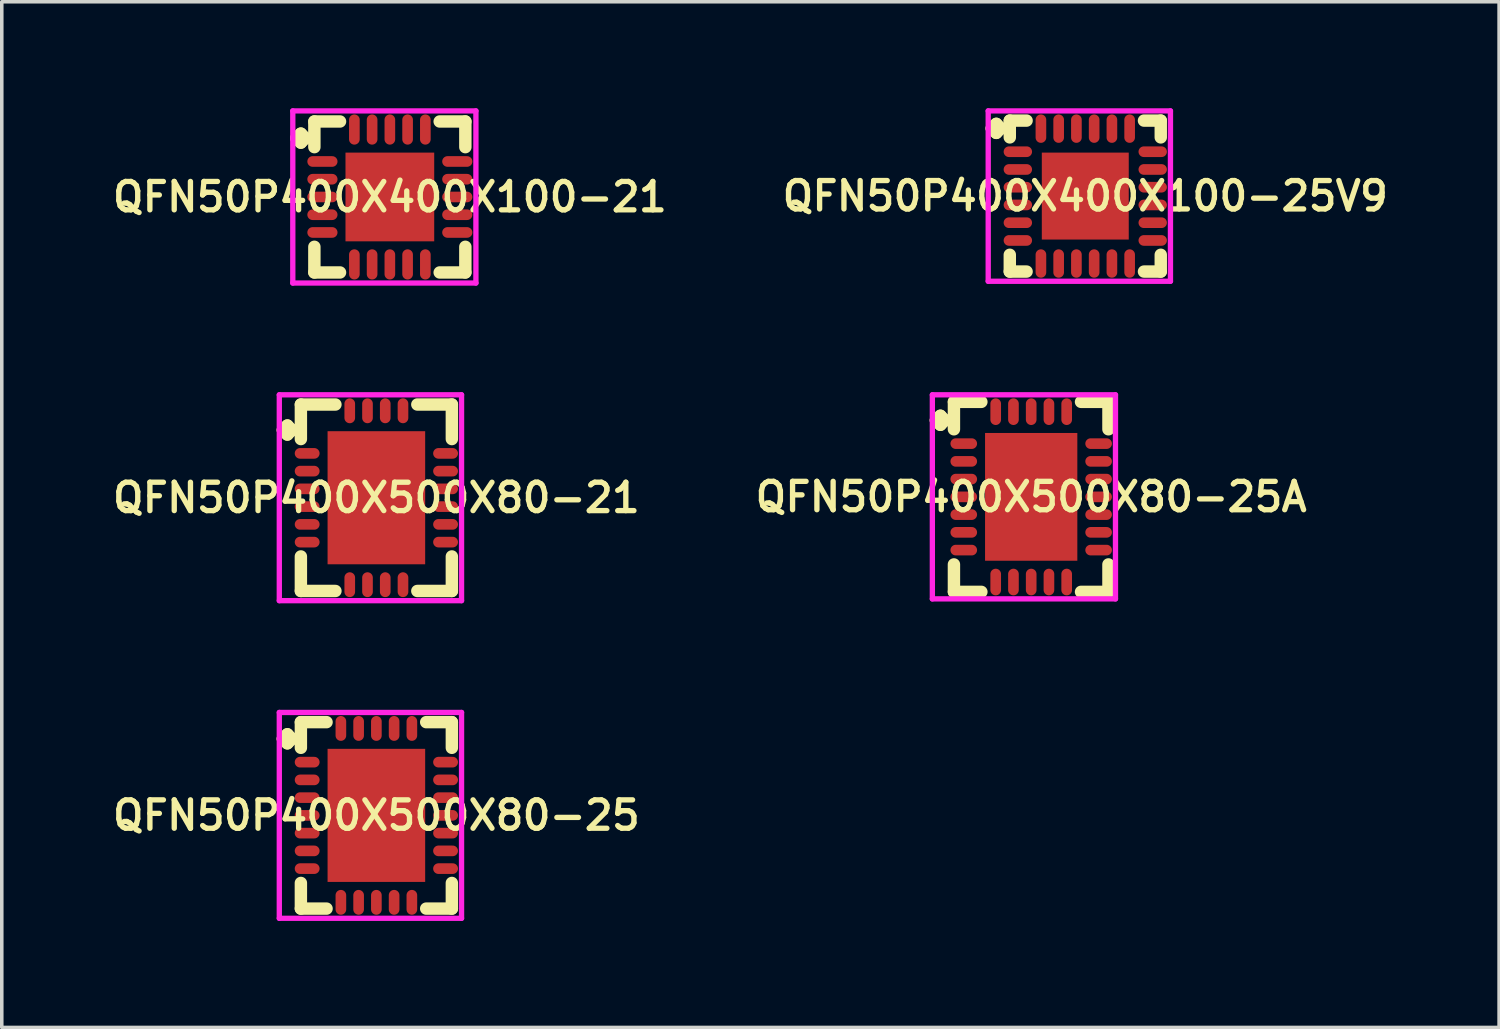
<source format=kicad_pcb>
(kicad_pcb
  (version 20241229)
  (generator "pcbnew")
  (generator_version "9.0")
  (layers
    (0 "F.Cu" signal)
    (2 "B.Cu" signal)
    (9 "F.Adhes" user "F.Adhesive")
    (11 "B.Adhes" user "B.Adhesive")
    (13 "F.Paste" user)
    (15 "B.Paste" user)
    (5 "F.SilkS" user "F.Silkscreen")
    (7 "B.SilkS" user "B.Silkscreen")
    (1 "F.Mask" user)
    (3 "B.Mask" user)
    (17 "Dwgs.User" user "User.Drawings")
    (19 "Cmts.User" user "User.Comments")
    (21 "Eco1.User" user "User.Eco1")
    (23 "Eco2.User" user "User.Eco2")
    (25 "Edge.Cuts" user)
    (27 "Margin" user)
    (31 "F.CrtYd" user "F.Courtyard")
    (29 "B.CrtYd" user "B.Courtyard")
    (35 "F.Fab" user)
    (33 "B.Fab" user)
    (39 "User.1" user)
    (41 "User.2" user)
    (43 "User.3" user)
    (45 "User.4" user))
  (footprint "QFN50P400X400X100-25V9"
    (layer "F.Cu")
    (at 27.53 2.475)
    (property "Reference" "QFN50P400X400X100-25V9" (at 0 0 0) (layer "F.SilkS") (effects (font (size 0.8 0.8) (thickness 0.15))))
    (attr smd)
    (fp_line (start -2.635 -1.908) (end -2.508 -2.035) (stroke (width 0.35) (type solid)) (layer "F.SilkS"))
    (fp_line (start -2.508 -2.035) (end -2.381 -1.908) (stroke (width 0.35) (type solid)) (layer "F.SilkS"))
    (fp_line (start -2.508 -1.781) (end -2.635 -1.908) (stroke (width 0.35) (type solid)) (layer "F.SilkS"))
    (fp_line (start -2.381 -1.908) (end -2.508 -1.781) (stroke (width 0.35) (type solid)) (layer "F.SilkS"))
    (fp_line (start -2.127 -2.127) (end -1.654 -2.127) (stroke (width 0.35) (type solid)) (layer "F.SilkS"))
    (fp_line (start -2.127 -1.654) (end -2.127 -2.127) (stroke (width 0.35) (type solid)) (layer "F.SilkS"))
    (fp_line (start -2.127 1.654) (end -2.127 2.127) (stroke (width 0.35) (type solid)) (layer "F.SilkS"))
    (fp_line (start -2.127 2.127) (end -1.654 2.127) (stroke (width 0.35) (type solid)) (layer "F.SilkS"))
    (fp_line (start 1.654 -2.127) (end 2.127 -2.127) (stroke (width 0.35) (type solid)) (layer "F.SilkS"))
    (fp_line (start 1.654 2.127) (end 2.127 2.127) (stroke (width 0.35) (type solid)) (layer "F.SilkS"))
    (fp_line (start 2.127 -2.127) (end 2.127 -1.654) (stroke (width 0.35) (type solid)) (layer "F.SilkS"))
    (fp_line (start 2.127 2.127) (end 2.127 1.654) (stroke (width 0.35) (type solid)) (layer "F.SilkS"))
    (fp_line (start -2.735 -2.4) (end 2.4 -2.4) (stroke (width 0.15) (type solid)) (layer "F.CrtYd"))
    (fp_line (start -2.735 2.4) (end -2.735 -2.4) (stroke (width 0.15) (type solid)) (layer "F.CrtYd"))
    (fp_line (start 2.4 -2.4) (end 2.4 2.4) (stroke (width 0.15) (type solid)) (layer "F.CrtYd"))
    (fp_line (start 2.4 2.4) (end -2.735 2.4) (stroke (width 0.15) (type solid)) (layer "F.CrtYd"))
    (pad "1" smd oval (at -1.9 -1.25) (size 0.8 0.3) (layers "F.Cu" "F.Mask" "F.Paste"))
    (pad "2" smd oval (at -1.9 -0.75) (size 0.8 0.3) (layers "F.Cu" "F.Mask" "F.Paste"))
    (pad "3" smd oval (at -1.9 -0.25) (size 0.8 0.3) (layers "F.Cu" "F.Mask" "F.Paste"))
    (pad "4" smd oval (at -1.9 0.25) (size 0.8 0.3) (layers "F.Cu" "F.Mask" "F.Paste"))
    (pad "5" smd oval (at -1.9 0.75) (size 0.8 0.3) (layers "F.Cu" "F.Mask" "F.Paste"))
    (pad "6" smd oval (at -1.9 1.25) (size 0.8 0.3) (layers "F.Cu" "F.Mask" "F.Paste"))
    (pad "7" smd oval (at -1.25 1.9) (size 0.3 0.8) (layers "F.Cu" "F.Mask" "F.Paste"))
    (pad "8" smd oval (at -0.75 1.9) (size 0.3 0.8) (layers "F.Cu" "F.Mask" "F.Paste"))
    (pad "9" smd oval (at -0.25 1.9) (size 0.3 0.8) (layers "F.Cu" "F.Mask" "F.Paste"))
    (pad "10" smd oval (at 0.25 1.9) (size 0.3 0.8) (layers "F.Cu" "F.Mask" "F.Paste"))
    (pad "11" smd oval (at 0.75 1.9) (size 0.3 0.8) (layers "F.Cu" "F.Mask" "F.Paste"))
    (pad "12" smd oval (at 1.25 1.9) (size 0.3 0.8) (layers "F.Cu" "F.Mask" "F.Paste"))
    (pad "13" smd oval (at 1.9 1.25) (size 0.8 0.3) (layers "F.Cu" "F.Mask" "F.Paste"))
    (pad "14" smd oval (at 1.9 0.75) (size 0.8 0.3) (layers "F.Cu" "F.Mask" "F.Paste"))
    (pad "15" smd oval (at 1.9 0.25) (size 0.8 0.3) (layers "F.Cu" "F.Mask" "F.Paste"))
    (pad "16" smd oval (at 1.9 -0.25) (size 0.8 0.3) (layers "F.Cu" "F.Mask" "F.Paste"))
    (pad "17" smd oval (at 1.9 -0.75) (size 0.8 0.3) (layers "F.Cu" "F.Mask" "F.Paste"))
    (pad "18" smd oval (at 1.9 -1.25) (size 0.8 0.3) (layers "F.Cu" "F.Mask" "F.Paste"))
    (pad "19" smd oval (at 1.25 -1.9) (size 0.3 0.8) (layers "F.Cu" "F.Mask" "F.Paste"))
    (pad "20" smd oval (at 0.75 -1.9) (size 0.3 0.8) (layers "F.Cu" "F.Mask" "F.Paste"))
    (pad "21" smd oval (at 0.25 -1.9) (size 0.3 0.8) (layers "F.Cu" "F.Mask" "F.Paste"))
    (pad "22" smd oval (at -0.25 -1.9) (size 0.3 0.8) (layers "F.Cu" "F.Mask" "F.Paste"))
    (pad "23" smd oval (at -0.75 -1.9) (size 0.3 0.8) (layers "F.Cu" "F.Mask" "F.Paste"))
    (pad "24" smd oval (at -1.25 -1.9) (size 0.3 0.8) (layers "F.Cu" "F.Mask" "F.Paste"))
    (pad "25" smd rect (at 0 0) (size 2.45 2.45) (layers "F.Cu" "F.Mask" "F.Paste")))
  (footprint "QFN50P400X500X80-25A"
    (layer "F.Cu")
    (at 26.006 10.95)
    (property "Reference" "QFN50P400X500X80-25A" (at 0 0 0) (layer "F.SilkS") (effects (font (size 0.8 0.8) (thickness 0.15))))
    (attr smd)
    (fp_line (start -2.685 -2.158) (end -2.558 -2.285) (stroke (width 0.35) (type solid)) (layer "F.SilkS"))
    (fp_line (start -2.558 -2.285) (end -2.431 -2.158) (stroke (width 0.35) (type solid)) (layer "F.SilkS"))
    (fp_line (start -2.558 -2.031) (end -2.685 -2.158) (stroke (width 0.35) (type solid)) (layer "F.SilkS"))
    (fp_line (start -2.431 -2.158) (end -2.558 -2.031) (stroke (width 0.35) (type solid)) (layer "F.SilkS"))
    (fp_line (start -2.177 -2.677) (end -1.404 -2.677) (stroke (width 0.35) (type solid)) (layer "F.SilkS"))
    (fp_line (start -2.177 -1.904) (end -2.177 -2.677) (stroke (width 0.35) (type solid)) (layer "F.SilkS"))
    (fp_line (start -2.177 1.904) (end -2.177 2.677) (stroke (width 0.35) (type solid)) (layer "F.SilkS"))
    (fp_line (start -2.177 2.677) (end -1.404 2.677) (stroke (width 0.35) (type solid)) (layer "F.SilkS"))
    (fp_line (start 1.404 -2.677) (end 2.177 -2.677) (stroke (width 0.35) (type solid)) (layer "F.SilkS"))
    (fp_line (start 1.404 2.677) (end 2.177 2.677) (stroke (width 0.35) (type solid)) (layer "F.SilkS"))
    (fp_line (start 2.177 -2.677) (end 2.177 -1.904) (stroke (width 0.35) (type solid)) (layer "F.SilkS"))
    (fp_line (start 2.177 2.677) (end 2.177 1.904) (stroke (width 0.35) (type solid)) (layer "F.SilkS"))
    (fp_line (start -2.785 -2.875) (end 2.375 -2.875) (stroke (width 0.15) (type solid)) (layer "F.CrtYd"))
    (fp_line (start -2.785 2.875) (end -2.785 -2.875) (stroke (width 0.15) (type solid)) (layer "F.CrtYd"))
    (fp_line (start 2.375 -2.875) (end 2.375 2.875) (stroke (width 0.15) (type solid)) (layer "F.CrtYd"))
    (fp_line (start 2.375 2.875) (end -2.785 2.875) (stroke (width 0.15) (type solid)) (layer "F.CrtYd"))
    (pad "1" smd oval (at -1.9 -1.5) (size 0.75 0.3) (layers "F.Cu" "F.Mask" "F.Paste"))
    (pad "2" smd oval (at -1.9 -1) (size 0.75 0.3) (layers "F.Cu" "F.Mask" "F.Paste"))
    (pad "3" smd oval (at -1.9 -0.5) (size 0.75 0.3) (layers "F.Cu" "F.Mask" "F.Paste"))
    (pad "4" smd oval (at -1.9 0) (size 0.75 0.3) (layers "F.Cu" "F.Mask" "F.Paste"))
    (pad "5" smd oval (at -1.9 0.5) (size 0.75 0.3) (layers "F.Cu" "F.Mask" "F.Paste"))
    (pad "6" smd oval (at -1.9 1) (size 0.75 0.3) (layers "F.Cu" "F.Mask" "F.Paste"))
    (pad "7" smd oval (at -1.9 1.5) (size 0.75 0.3) (layers "F.Cu" "F.Mask" "F.Paste"))
    (pad "8" smd oval (at -1 2.4) (size 0.3 0.75) (layers "F.Cu" "F.Mask" "F.Paste"))
    (pad "9" smd oval (at -0.5 2.4) (size 0.3 0.75) (layers "F.Cu" "F.Mask" "F.Paste"))
    (pad "10" smd oval (at 0 2.4) (size 0.3 0.75) (layers "F.Cu" "F.Mask" "F.Paste"))
    (pad "11" smd oval (at 0.5 2.4) (size 0.3 0.75) (layers "F.Cu" "F.Mask" "F.Paste"))
    (pad "12" smd oval (at 1 2.4) (size 0.3 0.75) (layers "F.Cu" "F.Mask" "F.Paste"))
    (pad "13" smd oval (at 1.9 1.5) (size 0.75 0.3) (layers "F.Cu" "F.Mask" "F.Paste"))
    (pad "14" smd oval (at 1.9 1) (size 0.75 0.3) (layers "F.Cu" "F.Mask" "F.Paste"))
    (pad "15" smd oval (at 1.9 0.5) (size 0.75 0.3) (layers "F.Cu" "F.Mask" "F.Paste"))
    (pad "16" smd oval (at 1.9 0) (size 0.75 0.3) (layers "F.Cu" "F.Mask" "F.Paste"))
    (pad "17" smd oval (at 1.9 -0.5) (size 0.75 0.3) (layers "F.Cu" "F.Mask" "F.Paste"))
    (pad "18" smd oval (at 1.9 -1) (size 0.75 0.3) (layers "F.Cu" "F.Mask" "F.Paste"))
    (pad "19" smd oval (at 1.9 -1.5) (size 0.75 0.3) (layers "F.Cu" "F.Mask" "F.Paste"))
    (pad "20" smd oval (at 1 -2.4) (size 0.3 0.75) (layers "F.Cu" "F.Mask" "F.Paste"))
    (pad "21" smd oval (at 0.5 -2.4) (size 0.3 0.75) (layers "F.Cu" "F.Mask" "F.Paste"))
    (pad "22" smd oval (at 0 -2.4) (size 0.3 0.75) (layers "F.Cu" "F.Mask" "F.Paste"))
    (pad "23" smd oval (at -0.5 -2.4) (size 0.3 0.75) (layers "F.Cu" "F.Mask" "F.Paste"))
    (pad "24" smd oval (at -1 -2.4) (size 0.3 0.75) (layers "F.Cu" "F.Mask" "F.Paste"))
    (pad "25" smd rect (at 0 0) (size 2.6 3.6) (layers "F.Cu" "F.Mask" "F.Paste")))
  (footprint "QFN50P400X400X100-21"
    (layer "F.Cu")
    (at 7.935 2.5)
    (property "Reference" "QFN50P400X400X100-21" (at 0 0 0) (layer "F.SilkS") (effects (font (size 0.8 0.8) (thickness 0.15))))
    (attr smd)
    (fp_line (start -2.635 -1.658) (end -2.508 -1.785) (stroke (width 0.35) (type solid)) (layer "F.SilkS"))
    (fp_line (start -2.508 -1.785) (end -2.381 -1.658) (stroke (width 0.35) (type solid)) (layer "F.SilkS"))
    (fp_line (start -2.508 -1.531) (end -2.635 -1.658) (stroke (width 0.35) (type solid)) (layer "F.SilkS"))
    (fp_line (start -2.381 -1.658) (end -2.508 -1.531) (stroke (width 0.35) (type solid)) (layer "F.SilkS"))
    (fp_line (start -2.127 -2.127) (end -1.404 -2.127) (stroke (width 0.35) (type solid)) (layer "F.SilkS"))
    (fp_line (start -2.127 -1.404) (end -2.127 -2.127) (stroke (width 0.35) (type solid)) (layer "F.SilkS"))
    (fp_line (start -2.127 1.404) (end -2.127 2.127) (stroke (width 0.35) (type solid)) (layer "F.SilkS"))
    (fp_line (start -2.127 2.127) (end -1.404 2.127) (stroke (width 0.35) (type solid)) (layer "F.SilkS"))
    (fp_line (start 1.404 -2.127) (end 2.127 -2.127) (stroke (width 0.35) (type solid)) (layer "F.SilkS"))
    (fp_line (start 1.404 2.127) (end 2.127 2.127) (stroke (width 0.35) (type solid)) (layer "F.SilkS"))
    (fp_line (start 2.127 -2.127) (end 2.127 -1.404) (stroke (width 0.35) (type solid)) (layer "F.SilkS"))
    (fp_line (start 2.127 2.127) (end 2.127 1.404) (stroke (width 0.35) (type solid)) (layer "F.SilkS"))
    (fp_line (start -2.735 -2.425) (end 2.425 -2.425) (stroke (width 0.15) (type solid)) (layer "F.CrtYd"))
    (fp_line (start -2.735 2.425) (end -2.735 -2.425) (stroke (width 0.15) (type solid)) (layer "F.CrtYd"))
    (fp_line (start 2.425 -2.425) (end 2.425 2.425) (stroke (width 0.15) (type solid)) (layer "F.CrtYd"))
    (fp_line (start 2.425 2.425) (end -2.735 2.425) (stroke (width 0.15) (type solid)) (layer "F.CrtYd"))
    (pad "1" smd oval (at -1.9 -1) (size 0.85 0.3) (layers "F.Cu" "F.Mask" "F.Paste"))
    (pad "2" smd oval (at -1.9 -0.5) (size 0.85 0.3) (layers "F.Cu" "F.Mask" "F.Paste"))
    (pad "3" smd oval (at -1.9 0) (size 0.85 0.3) (layers "F.Cu" "F.Mask" "F.Paste"))
    (pad "4" smd oval (at -1.9 0.5) (size 0.85 0.3) (layers "F.Cu" "F.Mask" "F.Paste"))
    (pad "5" smd oval (at -1.9 1) (size 0.85 0.3) (layers "F.Cu" "F.Mask" "F.Paste"))
    (pad "6" smd oval (at -1 1.9) (size 0.3 0.85) (layers "F.Cu" "F.Mask" "F.Paste"))
    (pad "7" smd oval (at -0.5 1.9) (size 0.3 0.85) (layers "F.Cu" "F.Mask" "F.Paste"))
    (pad "8" smd oval (at 0 1.9) (size 0.3 0.85) (layers "F.Cu" "F.Mask" "F.Paste"))
    (pad "9" smd oval (at 0.5 1.9) (size 0.3 0.85) (layers "F.Cu" "F.Mask" "F.Paste"))
    (pad "10" smd oval (at 1 1.9) (size 0.3 0.85) (layers "F.Cu" "F.Mask" "F.Paste"))
    (pad "11" smd oval (at 1.9 1) (size 0.85 0.3) (layers "F.Cu" "F.Mask" "F.Paste"))
    (pad "12" smd oval (at 1.9 0.5) (size 0.85 0.3) (layers "F.Cu" "F.Mask" "F.Paste"))
    (pad "13" smd oval (at 1.9 0) (size 0.85 0.3) (layers "F.Cu" "F.Mask" "F.Paste"))
    (pad "14" smd oval (at 1.9 -0.5) (size 0.85 0.3) (layers "F.Cu" "F.Mask" "F.Paste"))
    (pad "15" smd oval (at 1.9 -1) (size 0.85 0.3) (layers "F.Cu" "F.Mask" "F.Paste"))
    (pad "16" smd oval (at 1 -1.9) (size 0.3 0.85) (layers "F.Cu" "F.Mask" "F.Paste"))
    (pad "17" smd oval (at 0.5 -1.9) (size 0.3 0.85) (layers "F.Cu" "F.Mask" "F.Paste"))
    (pad "18" smd oval (at 0 -1.9) (size 0.3 0.85) (layers "F.Cu" "F.Mask" "F.Paste"))
    (pad "19" smd oval (at -0.5 -1.9) (size 0.3 0.85) (layers "F.Cu" "F.Mask" "F.Paste"))
    (pad "20" smd oval (at -1 -1.9) (size 0.3 0.85) (layers "F.Cu" "F.Mask" "F.Paste"))
    (pad "21" smd rect (at 0 0) (size 2.5 2.5) (layers "F.Cu" "F.Mask" "F.Paste")))
  (footprint "QFN50P400X500X80-25"
    (layer "F.Cu")
    (at 7.555 19.925)
    (property "Reference" "QFN50P400X500X80-25" (at 0 0 0) (layer "F.SilkS") (effects (font (size 0.8 0.8) (thickness 0.15))))
    (attr smd)
    (fp_line (start -2.635 -2.158) (end -2.508 -2.285) (stroke (width 0.35) (type solid)) (layer "F.SilkS"))
    (fp_line (start -2.508 -2.285) (end -2.381 -2.158) (stroke (width 0.35) (type solid)) (layer "F.SilkS"))
    (fp_line (start -2.508 -2.031) (end -2.635 -2.158) (stroke (width 0.35) (type solid)) (layer "F.SilkS"))
    (fp_line (start -2.381 -2.158) (end -2.508 -2.031) (stroke (width 0.35) (type solid)) (layer "F.SilkS"))
    (fp_line (start -2.127 -2.627) (end -1.404 -2.627) (stroke (width 0.35) (type solid)) (layer "F.SilkS"))
    (fp_line (start -2.127 -1.904) (end -2.127 -2.627) (stroke (width 0.35) (type solid)) (layer "F.SilkS"))
    (fp_line (start -2.127 1.904) (end -2.127 2.627) (stroke (width 0.35) (type solid)) (layer "F.SilkS"))
    (fp_line (start -2.127 2.627) (end -1.404 2.627) (stroke (width 0.35) (type solid)) (layer "F.SilkS"))
    (fp_line (start 1.404 -2.627) (end 2.127 -2.627) (stroke (width 0.35) (type solid)) (layer "F.SilkS"))
    (fp_line (start 1.404 2.627) (end 2.127 2.627) (stroke (width 0.35) (type solid)) (layer "F.SilkS"))
    (fp_line (start 2.127 -2.627) (end 2.127 -1.904) (stroke (width 0.35) (type solid)) (layer "F.SilkS"))
    (fp_line (start 2.127 2.627) (end 2.127 1.904) (stroke (width 0.35) (type solid)) (layer "F.SilkS"))
    (fp_line (start -2.735 -2.9) (end 2.4 -2.9) (stroke (width 0.15) (type solid)) (layer "F.CrtYd"))
    (fp_line (start -2.735 2.9) (end -2.735 -2.9) (stroke (width 0.15) (type solid)) (layer "F.CrtYd"))
    (fp_line (start 2.4 -2.9) (end 2.4 2.9) (stroke (width 0.15) (type solid)) (layer "F.CrtYd"))
    (fp_line (start 2.4 2.9) (end -2.735 2.9) (stroke (width 0.15) (type solid)) (layer "F.CrtYd"))
    (pad "1" smd oval (at -1.95 -1.5) (size 0.7 0.3) (layers "F.Cu" "F.Mask" "F.Paste"))
    (pad "2" smd oval (at -1.95 -1) (size 0.7 0.3) (layers "F.Cu" "F.Mask" "F.Paste"))
    (pad "3" smd oval (at -1.95 -0.5) (size 0.7 0.3) (layers "F.Cu" "F.Mask" "F.Paste"))
    (pad "4" smd oval (at -1.95 0) (size 0.7 0.3) (layers "F.Cu" "F.Mask" "F.Paste"))
    (pad "5" smd oval (at -1.95 0.5) (size 0.7 0.3) (layers "F.Cu" "F.Mask" "F.Paste"))
    (pad "6" smd oval (at -1.95 1) (size 0.7 0.3) (layers "F.Cu" "F.Mask" "F.Paste"))
    (pad "7" smd oval (at -1.95 1.5) (size 0.7 0.3) (layers "F.Cu" "F.Mask" "F.Paste"))
    (pad "8" smd oval (at -1 2.45) (size 0.3 0.7) (layers "F.Cu" "F.Mask" "F.Paste"))
    (pad "9" smd oval (at -0.5 2.45) (size 0.3 0.7) (layers "F.Cu" "F.Mask" "F.Paste"))
    (pad "10" smd oval (at 0 2.45) (size 0.3 0.7) (layers "F.Cu" "F.Mask" "F.Paste"))
    (pad "11" smd oval (at 0.5 2.45) (size 0.3 0.7) (layers "F.Cu" "F.Mask" "F.Paste"))
    (pad "12" smd oval (at 1 2.45) (size 0.3 0.7) (layers "F.Cu" "F.Mask" "F.Paste"))
    (pad "13" smd oval (at 1.95 1.5) (size 0.7 0.3) (layers "F.Cu" "F.Mask" "F.Paste"))
    (pad "14" smd oval (at 1.95 1) (size 0.7 0.3) (layers "F.Cu" "F.Mask" "F.Paste"))
    (pad "15" smd oval (at 1.95 0.5) (size 0.7 0.3) (layers "F.Cu" "F.Mask" "F.Paste"))
    (pad "16" smd oval (at 1.95 0) (size 0.7 0.3) (layers "F.Cu" "F.Mask" "F.Paste"))
    (pad "17" smd oval (at 1.95 -0.5) (size 0.7 0.3) (layers "F.Cu" "F.Mask" "F.Paste"))
    (pad "18" smd oval (at 1.95 -1) (size 0.7 0.3) (layers "F.Cu" "F.Mask" "F.Paste"))
    (pad "19" smd oval (at 1.95 -1.5) (size 0.7 0.3) (layers "F.Cu" "F.Mask" "F.Paste"))
    (pad "20" smd oval (at 1 -2.45) (size 0.3 0.7) (layers "F.Cu" "F.Mask" "F.Paste"))
    (pad "21" smd oval (at 0.5 -2.45) (size 0.3 0.7) (layers "F.Cu" "F.Mask" "F.Paste"))
    (pad "22" smd oval (at 0 -2.45) (size 0.3 0.7) (layers "F.Cu" "F.Mask" "F.Paste"))
    (pad "23" smd oval (at -0.5 -2.45) (size 0.3 0.7) (layers "F.Cu" "F.Mask" "F.Paste"))
    (pad "24" smd oval (at -1 -2.45) (size 0.3 0.7) (layers "F.Cu" "F.Mask" "F.Paste"))
    (pad "25" smd rect (at 0 0) (size 2.75 3.75) (layers "F.Cu" "F.Mask" "F.Paste")))
  (footprint "QFN50P400X500X80-21"
    (layer "F.Cu")
    (at 7.555 10.975)
    (property "Reference" "QFN50P400X500X80-21" (at 0 0 0) (layer "F.SilkS") (effects (font (size 0.8 0.8) (thickness 0.15))))
    (attr smd)
    (fp_line (start -2.635 -1.908) (end -2.508 -2.035) (stroke (width 0.35) (type solid)) (layer "F.SilkS"))
    (fp_line (start -2.508 -2.035) (end -2.381 -1.908) (stroke (width 0.35) (type solid)) (layer "F.SilkS"))
    (fp_line (start -2.508 -1.781) (end -2.635 -1.908) (stroke (width 0.35) (type solid)) (layer "F.SilkS"))
    (fp_line (start -2.381 -1.908) (end -2.508 -1.781) (stroke (width 0.35) (type solid)) (layer "F.SilkS"))
    (fp_line (start -2.127 -2.627) (end -1.154 -2.627) (stroke (width 0.35) (type solid)) (layer "F.SilkS"))
    (fp_line (start -2.127 -1.654) (end -2.127 -2.627) (stroke (width 0.35) (type solid)) (layer "F.SilkS"))
    (fp_line (start -2.127 1.654) (end -2.127 2.627) (stroke (width 0.35) (type solid)) (layer "F.SilkS"))
    (fp_line (start -2.127 2.627) (end -1.154 2.627) (stroke (width 0.35) (type solid)) (layer "F.SilkS"))
    (fp_line (start 1.154 -2.627) (end 2.127 -2.627) (stroke (width 0.35) (type solid)) (layer "F.SilkS"))
    (fp_line (start 1.154 2.627) (end 2.127 2.627) (stroke (width 0.35) (type solid)) (layer "F.SilkS"))
    (fp_line (start 2.127 -2.627) (end 2.127 -1.654) (stroke (width 0.35) (type solid)) (layer "F.SilkS"))
    (fp_line (start 2.127 2.627) (end 2.127 1.654) (stroke (width 0.35) (type solid)) (layer "F.SilkS"))
    (fp_line (start -2.735 -2.9) (end 2.4 -2.9) (stroke (width 0.15) (type solid)) (layer "F.CrtYd"))
    (fp_line (start -2.735 2.9) (end -2.735 -2.9) (stroke (width 0.15) (type solid)) (layer "F.CrtYd"))
    (fp_line (start 2.4 -2.9) (end 2.4 2.9) (stroke (width 0.15) (type solid)) (layer "F.CrtYd"))
    (fp_line (start 2.4 2.9) (end -2.735 2.9) (stroke (width 0.15) (type solid)) (layer "F.CrtYd"))
    (pad "1" smd oval (at -1.95 -1.25) (size 0.7 0.3) (layers "F.Cu" "F.Mask" "F.Paste"))
    (pad "2" smd oval (at -1.95 -0.75) (size 0.7 0.3) (layers "F.Cu" "F.Mask" "F.Paste"))
    (pad "3" smd oval (at -1.95 -0.25) (size 0.7 0.3) (layers "F.Cu" "F.Mask" "F.Paste"))
    (pad "4" smd oval (at -1.95 0.25) (size 0.7 0.3) (layers "F.Cu" "F.Mask" "F.Paste"))
    (pad "5" smd oval (at -1.95 0.75) (size 0.7 0.3) (layers "F.Cu" "F.Mask" "F.Paste"))
    (pad "6" smd oval (at -1.95 1.25) (size 0.7 0.3) (layers "F.Cu" "F.Mask" "F.Paste"))
    (pad "7" smd oval (at -0.75 2.45) (size 0.3 0.7) (layers "F.Cu" "F.Mask" "F.Paste"))
    (pad "8" smd oval (at -0.25 2.45) (size 0.3 0.7) (layers "F.Cu" "F.Mask" "F.Paste"))
    (pad "9" smd oval (at 0.25 2.45) (size 0.3 0.7) (layers "F.Cu" "F.Mask" "F.Paste"))
    (pad "10" smd oval (at 0.75 2.45) (size 0.3 0.7) (layers "F.Cu" "F.Mask" "F.Paste"))
    (pad "11" smd oval (at 1.95 1.25) (size 0.7 0.3) (layers "F.Cu" "F.Mask" "F.Paste"))
    (pad "12" smd oval (at 1.95 0.75) (size 0.7 0.3) (layers "F.Cu" "F.Mask" "F.Paste"))
    (pad "13" smd oval (at 1.95 0.25) (size 0.7 0.3) (layers "F.Cu" "F.Mask" "F.Paste"))
    (pad "14" smd oval (at 1.95 -0.25) (size 0.7 0.3) (layers "F.Cu" "F.Mask" "F.Paste"))
    (pad "15" smd oval (at 1.95 -0.75) (size 0.7 0.3) (layers "F.Cu" "F.Mask" "F.Paste"))
    (pad "16" smd oval (at 1.95 -1.25) (size 0.7 0.3) (layers "F.Cu" "F.Mask" "F.Paste"))
    (pad "17" smd oval (at 0.75 -2.45) (size 0.3 0.7) (layers "F.Cu" "F.Mask" "F.Paste"))
    (pad "18" smd oval (at 0.25 -2.45) (size 0.3 0.7) (layers "F.Cu" "F.Mask" "F.Paste"))
    (pad "19" smd oval (at -0.25 -2.45) (size 0.3 0.7) (layers "F.Cu" "F.Mask" "F.Paste"))
    (pad "20" smd oval (at -0.75 -2.45) (size 0.3 0.7) (layers "F.Cu" "F.Mask" "F.Paste"))
    (pad "21" smd rect (at 0 0) (size 2.75 3.75) (layers "F.Cu" "F.Mask" "F.Paste")))
  (gr_rect
    (start -3 -3)
    (end 39.19 25.9)
    (stroke (width 0.1) (type default))
    (fill no)
    (layer "Edge.Cuts")))
</source>
